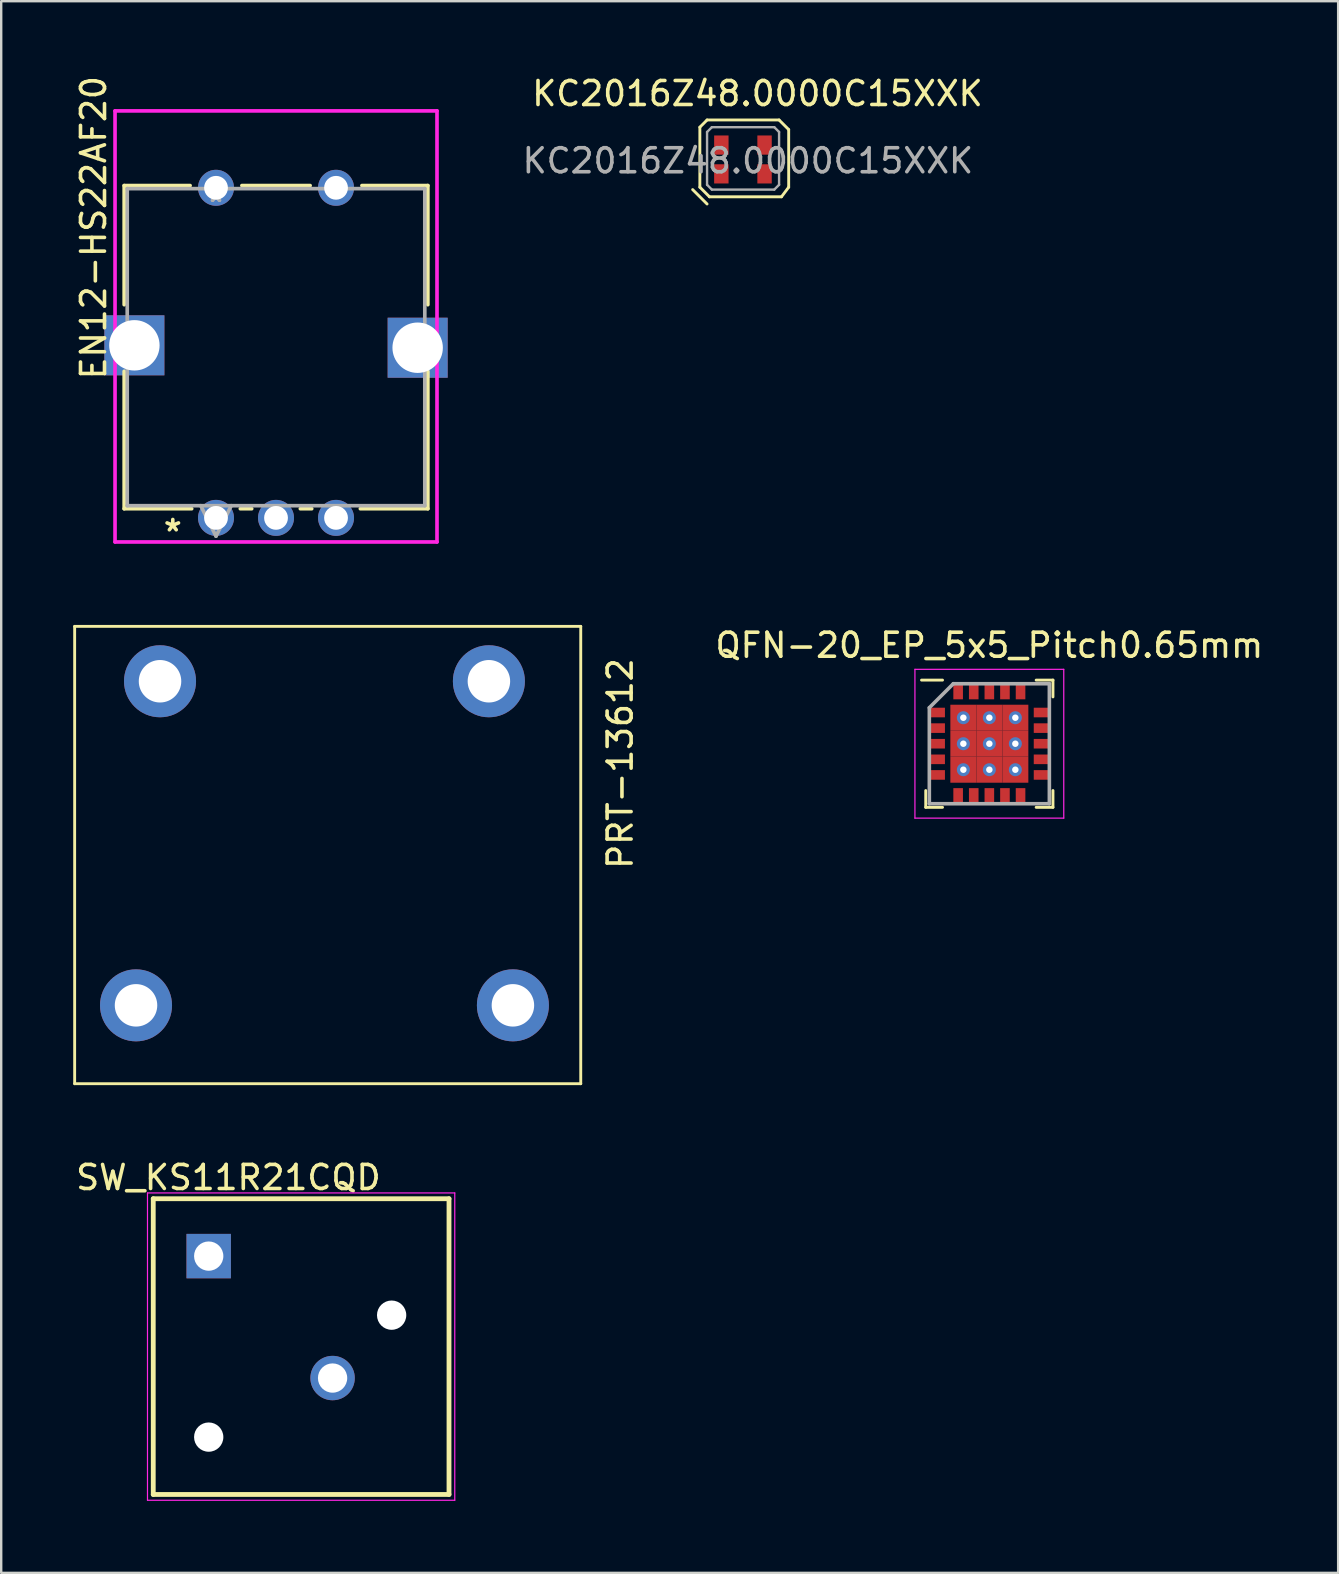
<source format=kicad_pcb>
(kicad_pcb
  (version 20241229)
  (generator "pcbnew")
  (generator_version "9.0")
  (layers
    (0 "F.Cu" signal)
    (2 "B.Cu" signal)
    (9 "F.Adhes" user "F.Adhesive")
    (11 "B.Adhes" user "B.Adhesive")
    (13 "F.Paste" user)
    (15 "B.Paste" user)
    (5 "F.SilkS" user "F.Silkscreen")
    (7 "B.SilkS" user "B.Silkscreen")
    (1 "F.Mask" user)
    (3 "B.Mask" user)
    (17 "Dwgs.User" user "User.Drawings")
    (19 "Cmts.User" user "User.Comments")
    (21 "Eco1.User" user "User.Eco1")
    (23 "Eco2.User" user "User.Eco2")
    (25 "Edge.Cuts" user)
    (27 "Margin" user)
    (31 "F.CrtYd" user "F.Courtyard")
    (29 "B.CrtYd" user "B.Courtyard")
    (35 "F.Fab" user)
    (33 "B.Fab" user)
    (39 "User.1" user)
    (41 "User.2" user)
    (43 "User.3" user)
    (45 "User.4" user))
  (footprint "QFN-20_EP_5x5_Pitch0.65mm"
    (layer "F.Cu")
    (at 38.163 27.931)
    (property "Reference" "QFN-20_EP_5x5_Pitch0.65mm" (at 0 -4.1 0) (layer "F.SilkS") (effects (font (size 1 1) (thickness 0.15))))
    (attr smd)
    (fp_line (start -2.65 2.65) (end -2.65 1.95) (stroke (width 0.12) (type solid)) (layer "F.SilkS"))
    (fp_line (start -1.95 -2.65) (end -2.825 -2.65) (stroke (width 0.12) (type solid)) (layer "F.SilkS"))
    (fp_line (start -1.95 2.65) (end -2.65 2.65) (stroke (width 0.12) (type solid)) (layer "F.SilkS"))
    (fp_line (start 1.95 -2.65) (end 2.65 -2.65) (stroke (width 0.12) (type solid)) (layer "F.SilkS"))
    (fp_line (start 1.95 2.65) (end 2.65 2.65) (stroke (width 0.12) (type solid)) (layer "F.SilkS"))
    (fp_line (start 2.65 -2.65) (end 2.65 -1.95) (stroke (width 0.12) (type solid)) (layer "F.SilkS"))
    (fp_line (start 2.65 2.65) (end 2.65 1.95) (stroke (width 0.12) (type solid)) (layer "F.SilkS"))
    (fp_line (start -3.1 -3.1) (end 3.1 -3.1) (stroke (width 0.05) (type solid)) (layer "F.CrtYd"))
    (fp_line (start -3.1 3.1) (end -3.1 -3.1) (stroke (width 0.05) (type solid)) (layer "F.CrtYd"))
    (fp_line (start 3.1 -3.1) (end 3.1 3.1) (stroke (width 0.05) (type solid)) (layer "F.CrtYd"))
    (fp_line (start 3.1 3.1) (end -3.1 3.1) (stroke (width 0.05) (type solid)) (layer "F.CrtYd"))
    (fp_line (start -2.5 -1.5) (end -2.5 2.5) (stroke (width 0.15) (type solid)) (layer "F.Fab"))
    (fp_line (start -2.5 2.5) (end 2.5 2.5) (stroke (width 0.15) (type solid)) (layer "F.Fab"))
    (fp_line (start -1.5 -2.5) (end -2.5 -1.5) (stroke (width 0.15) (type solid)) (layer "F.Fab"))
    (fp_line (start 2.5 -2.5) (end -1.5 -2.5) (stroke (width 0.15) (type solid)) (layer "F.Fab"))
    (fp_line (start 2.5 2.5) (end 2.5 -2.5) (stroke (width 0.15) (type solid)) (layer "F.Fab"))
    (pad "1" smd rect (at -2.175 -1.3 90) (size 0.4 0.65) (layers "F.Cu" "F.Mask" "F.Paste"))
    (pad "2" smd rect (at -2.175 -0.65 90) (size 0.4 0.65) (layers "F.Cu" "F.Mask" "F.Paste"))
    (pad "3" smd rect (at -2.175 0 90) (size 0.4 0.65) (layers "F.Cu" "F.Mask" "F.Paste"))
    (pad "4" smd rect (at -2.175 0.65 90) (size 0.4 0.65) (layers "F.Cu" "F.Mask" "F.Paste"))
    (pad "5" smd rect (at -2.175 1.3 90) (size 0.4 0.65) (layers "F.Cu" "F.Mask" "F.Paste"))
    (pad "6" smd rect (at -1.3 2.175) (size 0.4 0.65) (layers "F.Cu" "F.Mask" "F.Paste"))
    (pad "7" smd rect (at -0.65 2.175) (size 0.4 0.65) (layers "F.Cu" "F.Mask" "F.Paste"))
    (pad "8" smd rect (at 0 2.175) (size 0.4 0.65) (layers "F.Cu" "F.Mask" "F.Paste"))
    (pad "9" smd rect (at 0.65 2.175) (size 0.4 0.65) (layers "F.Cu" "F.Mask" "F.Paste"))
    (pad "10" smd rect (at 1.3 2.175) (size 0.4 0.65) (layers "F.Cu" "F.Mask" "F.Paste"))
    (pad "11" smd rect (at 2.175 1.3 90) (size 0.4 0.65) (layers "F.Cu" "F.Mask" "F.Paste"))
    (pad "12" smd rect (at 2.175 0.65 90) (size 0.4 0.65) (layers "F.Cu" "F.Mask" "F.Paste"))
    (pad "13" smd rect (at 2.175 0 90) (size 0.4 0.65) (layers "F.Cu" "F.Mask" "F.Paste"))
    (pad "14" smd rect (at 2.175 -0.65 90) (size 0.4 0.65) (layers "F.Cu" "F.Mask" "F.Paste"))
    (pad "15" smd rect (at 2.175 -1.3 90) (size 0.4 0.65) (layers "F.Cu" "F.Mask" "F.Paste"))
    (pad "16" smd rect (at 1.3 -2.175) (size 0.4 0.65) (layers "F.Cu" "F.Mask" "F.Paste"))
    (pad "17" smd rect (at 0.65 -2.175) (size 0.4 0.65) (layers "F.Cu" "F.Mask" "F.Paste"))
    (pad "18" smd rect (at 0 -2.175) (size 0.4 0.65) (layers "F.Cu" "F.Mask" "F.Paste"))
    (pad "19" smd rect (at -0.65 -2.175) (size 0.4 0.65) (layers "F.Cu" "F.Mask" "F.Paste"))
    (pad "20" smd rect (at -1.3 -2.175) (size 0.4 0.65) (layers "F.Cu" "F.Mask" "F.Paste"))
    (pad "21" thru_hole circle (at -1.083 -1.083) (size 0.542 0.542) (drill 0.271) (layers "*.Cu" "*.Mask"))
    (pad "21" smd rect (at -1.083 -1.083) (size 1.083 1.083) (layers "F.Cu" "F.Mask" "F.Paste"))
    (pad "21" thru_hole circle (at -1.083 0) (size 0.542 0.542) (drill 0.271) (layers "*.Cu" "*.Mask"))
    (pad "21" smd rect (at -1.083 0) (size 1.083 1.083) (layers "F.Cu" "F.Mask" "F.Paste"))
    (pad "21" thru_hole circle (at -1.083 1.083) (size 0.542 0.542) (drill 0.271) (layers "*.Cu" "*.Mask"))
    (pad "21" smd rect (at -1.083 1.083) (size 1.083 1.083) (layers "F.Cu" "F.Mask" "F.Paste"))
    (pad "21" thru_hole circle (at 0 -1.083) (size 0.542 0.542) (drill 0.271) (layers "*.Cu" "*.Mask"))
    (pad "21" smd rect (at 0 -1.083) (size 1.083 1.083) (layers "F.Cu" "F.Mask" "F.Paste"))
    (pad "21" thru_hole circle (at 0 0) (size 0.542 0.542) (drill 0.271) (layers "*.Cu" "*.Mask"))
    (pad "21" smd rect (at 0 0) (size 1.083 1.083) (layers "F.Cu" "F.Mask" "F.Paste"))
    (pad "21" thru_hole circle (at 0 1.083) (size 0.542 0.542) (drill 0.271) (layers "*.Cu" "*.Mask"))
    (pad "21" smd rect (at 0 1.083) (size 1.083 1.083) (layers "F.Cu" "F.Mask" "F.Paste"))
    (pad "21" thru_hole circle (at 1.083 -1.083) (size 0.542 0.542) (drill 0.271) (layers "*.Cu" "*.Mask"))
    (pad "21" smd rect (at 1.083 -1.083) (size 1.083 1.083) (layers "F.Cu" "F.Mask" "F.Paste"))
    (pad "21" thru_hole circle (at 1.083 0) (size 0.542 0.542) (drill 0.271) (layers "*.Cu" "*.Mask"))
    (pad "21" smd rect (at 1.083 0) (size 1.083 1.083) (layers "F.Cu" "F.Mask" "F.Paste"))
    (pad "21" thru_hole circle (at 1.083 1.083) (size 0.542 0.542) (drill 0.271) (layers "*.Cu" "*.Mask"))
    (pad "21" smd rect (at 1.083 1.083) (size 1.083 1.083) (layers "F.Cu" "F.Mask" "F.Paste")))
  (footprint "PRT-13612"
    (layer "F.Cu")
    (at 3.616 25.329)
    (property "Reference" "PRT-13612" (at 19.169 3.429 90) (layer "F.SilkS") (effects (font (size 1 1) (thickness 0.15))))
    (attr through_hole)
    (fp_line (start -3.556 -2.286) (end -3.556 16.764) (stroke (width 0.12) (type solid)) (layer "F.SilkS"))
    (fp_line (start -3.556 16.764) (end 17.526 16.764) (stroke (width 0.12) (type solid)) (layer "F.SilkS"))
    (fp_line (start 17.526 -2.286) (end -3.556 -2.286) (stroke (width 0.12) (type solid)) (layer "F.SilkS"))
    (fp_line (start 17.526 16.764) (end 17.526 -2.286) (stroke (width 0.12) (type solid)) (layer "F.SilkS"))
    (pad "" thru_hole circle (at -1 13.5) (size 3 3) (drill 1.77) (layers "*.Cu" "*.Mask"))
    (pad "" thru_hole circle (at 14.7 13.5) (size 3 3) (drill 1.77) (layers "*.Cu" "*.Mask"))
    (pad "1" thru_hole circle (at 0 0) (size 3 3) (drill 1.77) (layers "*.Cu" "*.Mask"))
    (pad "2" thru_hole circle (at 13.7 0) (size 3 3) (drill 1.77) (layers "*.Cu" "*.Mask")))
  (footprint "SW_KS11R21CQD"
    (layer "F.Cu")
    (at 9.494 53.045)
    (property "Reference" "SW_KS11R21CQD" (at -3.029 -7.043 0) (layer "F.SilkS") (effects (font (size 1.001 1.001) (thickness 0.15))))
    (attr through_hole)
    (fp_line (start -6.16 -6.16) (end 6.16 -6.16) (stroke (width 0.2) (type solid)) (layer "F.SilkS"))
    (fp_line (start -6.16 6.16) (end -6.16 -6.16) (stroke (width 0.2) (type solid)) (layer "F.SilkS"))
    (fp_line (start 6.16 -6.16) (end 6.16 6.16) (stroke (width 0.2) (type solid)) (layer "F.SilkS"))
    (fp_line (start 6.16 6.16) (end -6.16 6.16) (stroke (width 0.2) (type solid)) (layer "F.SilkS"))
    (fp_line (start -6.4 -6.4) (end 6.4 -6.4) (stroke (width 0.05) (type solid)) (layer "F.CrtYd"))
    (fp_line (start -6.4 6.4) (end -6.4 -6.4) (stroke (width 0.05) (type solid)) (layer "F.CrtYd"))
    (fp_line (start 6.4 -6.4) (end 6.4 6.4) (stroke (width 0.05) (type solid)) (layer "F.CrtYd"))
    (fp_line (start 6.4 6.4) (end -6.4 6.4) (stroke (width 0.05) (type solid)) (layer "F.CrtYd"))
    (pad "" np_thru_hole circle (at -3.85 3.77) (size 1.22 1.22) (drill 1.22) (layers "*.Cu" "*.Mask"))
    (pad "" np_thru_hole circle (at 3.77 -1.31) (size 1.22 1.22) (drill 1.22) (layers "*.Cu" "*.Mask"))
    (pad "1" thru_hole rect (at -3.85 -3.77) (size 1.85 1.85) (drill 1.22) (layers "*.Cu" "*.Mask"))
    (pad "2" thru_hole circle (at 1.31 1.31) (size 1.85 1.85) (drill 1.22) (layers "*.Cu" "*.Mask")))
  (footprint "KC2016Z48.0000C15XXK"
    (layer "F.Cu")
    (at 28.104 3.648)
    (property "Reference" "KC2016Z48.0000C15XXK" (at 0.4 -2.8 0) (layer "F.SilkS") (effects (font (size 1 1) (thickness 0.15))))
    (attr through_hole)
    (fp_line (start -2.3 1.2) (end -1.7 1.8) (stroke (width 0.12) (type solid)) (layer "F.SilkS"))
    (fp_line (start -2 -1.4) (end -1.7 -1.7) (stroke (width 0.12) (type solid)) (layer "F.SilkS"))
    (fp_line (start -2 1.1) (end -2 -1.4) (stroke (width 0.12) (type solid)) (layer "F.SilkS"))
    (fp_line (start -1.7 -1.7) (end 1.3 -1.7) (stroke (width 0.12) (type solid)) (layer "F.SilkS"))
    (fp_line (start -1.6 1.5) (end -2 1.1) (stroke (width 0.12) (type solid)) (layer "F.SilkS"))
    (fp_line (start 1.3 -1.7) (end 1.7 -1.3) (stroke (width 0.12) (type solid)) (layer "F.SilkS"))
    (fp_line (start 1.4 1.5) (end -1.6 1.5) (stroke (width 0.12) (type solid)) (layer "F.SilkS"))
    (fp_line (start 1.7 -1.3) (end 1.7 1.1) (stroke (width 0.12) (type solid)) (layer "F.SilkS"))
    (fp_line (start 1.7 1.1) (end 1.4 1.5) (stroke (width 0.12) (type solid)) (layer "F.SilkS"))
    (fp_line (start -1.7 -1.2) (end -1.5 -1.4) (stroke (width 0.1) (type solid)) (layer "F.Fab"))
    (fp_line (start -1.7 1) (end -1.7 -1.2) (stroke (width 0.1) (type solid)) (layer "F.Fab"))
    (fp_line (start -1.5 -1.4) (end 1.1 -1.4) (stroke (width 0.1) (type solid)) (layer "F.Fab"))
    (fp_line (start -1.5 1.2) (end -1.7 1) (stroke (width 0.1) (type solid)) (layer "F.Fab"))
    (fp_line (start 1.1 -1.4) (end 1.3 -1.2) (stroke (width 0.1) (type solid)) (layer "F.Fab"))
    (fp_line (start 1.1 1.2) (end -1.5 1.2) (stroke (width 0.1) (type solid)) (layer "F.Fab"))
    (fp_line (start 1.3 -1.2) (end 1.3 1) (stroke (width 0.1) (type solid)) (layer "F.Fab"))
    (fp_line (start 1.3 1) (end 1.1 1.2) (stroke (width 0.1) (type solid)) (layer "F.Fab"))
    (fp_text user "${REFERENCE}" (at 0 0 0) (layer "F.Fab") (effects (font (size 1 1) (thickness 0.15))))
    (pad "1" smd rect (at -1.105 0.545) (size 0.6 0.8) (layers "F.Cu" "F.Mask" "F.Paste"))
    (pad "2" smd rect (at 0.695 0.545) (size 0.6 0.8) (layers "F.Cu" "F.Mask" "F.Paste"))
    (pad "3" smd rect (at 0.695 -0.655) (size 0.6 0.8) (layers "F.Cu" "F.Mask" "F.Paste"))
    (pad "4" smd rect (at -1.105 -0.655) (size 0.6 0.8) (layers "F.Cu" "F.Mask" "F.Paste")))
  (footprint "EN12-HS22AF20"
    (layer "F.Cu")
    (at 8.948 10.635)
    (property "Reference" "EN12-HS22AF20" (at -8.1 -4.2 90) (layer "F.SilkS") (effects (font (size 1 1) (thickness 0.15))))
    (attr through_hole)
    (fp_line (start -6.825 -5.955) (end -6.825 -0.992) (stroke (width 0.152) (type solid)) (layer "F.SilkS"))
    (fp_line (start -6.825 1.782) (end -6.825 7.507) (stroke (width 0.152) (type solid)) (layer "F.SilkS"))
    (fp_line (start -6.825 7.507) (end -4.013 7.507) (stroke (width 0.152) (type solid)) (layer "F.SilkS"))
    (fp_line (start -4.078 -5.955) (end -6.825 -5.955) (stroke (width 0.152) (type solid)) (layer "F.SilkS"))
    (fp_line (start -1.987 7.507) (end -1.513 7.507) (stroke (width 0.152) (type solid)) (layer "F.SilkS"))
    (fp_line (start 0.513 7.507) (end 0.987 7.507) (stroke (width 0.152) (type solid)) (layer "F.SilkS"))
    (fp_line (start 0.922 -5.955) (end -1.922 -5.955) (stroke (width 0.152) (type solid)) (layer "F.SilkS"))
    (fp_line (start 3.013 7.507) (end 5.825 7.507) (stroke (width 0.152) (type solid)) (layer "F.SilkS"))
    (fp_line (start 5.825 -5.955) (end 3.078 -5.955) (stroke (width 0.152) (type solid)) (layer "F.SilkS"))
    (fp_line (start 5.825 -0.992) (end 5.825 -5.955) (stroke (width 0.152) (type solid)) (layer "F.SilkS"))
    (fp_line (start 5.825 7.507) (end 5.825 1.782) (stroke (width 0.152) (type solid)) (layer "F.SilkS"))
    (fp_line (start -7.206 -9.066) (end -7.206 8.891) (stroke (width 0.152) (type solid)) (layer "F.CrtYd"))
    (fp_line (start -7.206 8.891) (end 6.206 8.891) (stroke (width 0.152) (type solid)) (layer "F.CrtYd"))
    (fp_line (start 6.206 -9.066) (end -7.206 -9.066) (stroke (width 0.152) (type solid)) (layer "F.CrtYd"))
    (fp_line (start 6.206 8.891) (end 6.206 -9.066) (stroke (width 0.152) (type solid)) (layer "F.CrtYd"))
    (fp_line (start -6.698 -5.828) (end -6.698 7.38) (stroke (width 0.152) (type solid)) (layer "F.Fab"))
    (fp_line (start -6.698 7.38) (end 5.698 7.38) (stroke (width 0.152) (type solid)) (layer "F.Fab"))
    (fp_line (start -3.635 7.38) (end -3 8.65) (stroke (width 0.152) (type solid)) (layer "F.Fab"))
    (fp_line (start -2.365 7.38) (end -3 8.65) (stroke (width 0.152) (type solid)) (layer "F.Fab"))
    (fp_line (start 5.698 -5.828) (end -6.698 -5.828) (stroke (width 0.152) (type solid)) (layer "F.Fab"))
    (fp_line (start 5.698 7.38) (end 5.698 -5.828) (stroke (width 0.152) (type solid)) (layer "F.Fab"))
    (fp_text user "*" (at -4.8 8.5 0) (layer "F.SilkS") (effects (font (size 1 1) (thickness 0.15))))
    (fp_text user "Copyright 2016 Accelerated Designs. All rights reserved." (at 0 0 0) (layer "Cmts.User") (effects (font (size 0.127 0.127) (thickness 0.002))))
    (fp_text user "*" (at -3 -5.227 0) (layer "F.Fab") (effects (font (size 1 1) (thickness 0.15))))
    (fp_text user "*" (at -3 -5.227 0) (layer "F.Fab") (effects (font (size 1 1) (thickness 0.15))))
    (pad "6" thru_hole rect (at -6.4 0.7) (size 2.5 2.5) (drill oval 2.1) (layers "*.Cu" "*.Mask"))
    (pad "7" thru_hole rect (at 5.4 0.8) (size 2.5 2.5) (drill oval 2.1) (layers "*.Cu" "*.Mask"))
    (pad "A" thru_hole circle (at -3 7.888) (size 1.499 1.499) (drill 0.991) (layers "*.Cu" "*.Mask"))
    (pad "B" thru_hole circle (at 2 7.888) (size 1.499 1.499) (drill 0.991) (layers "*.Cu" "*.Mask"))
    (pad "C" thru_hole circle (at -0.5 7.888) (size 1.499 1.499) (drill 0.991) (layers "*.Cu" "*.Mask"))
    (pad "S1" thru_hole circle (at -3 -5.862) (size 1.499 1.499) (drill 0.991) (layers "*.Cu" "*.Mask"))
    (pad "S2" thru_hole circle (at 2 -5.862) (size 1.499 1.499) (drill 0.991) (layers "*.Cu" "*.Mask")))
  (gr_rect
    (start -3 -3)
    (end 52.693 62.47)
    (stroke (width 0.1) (type default))
    (fill no)
    (layer "Edge.Cuts")))
</source>
